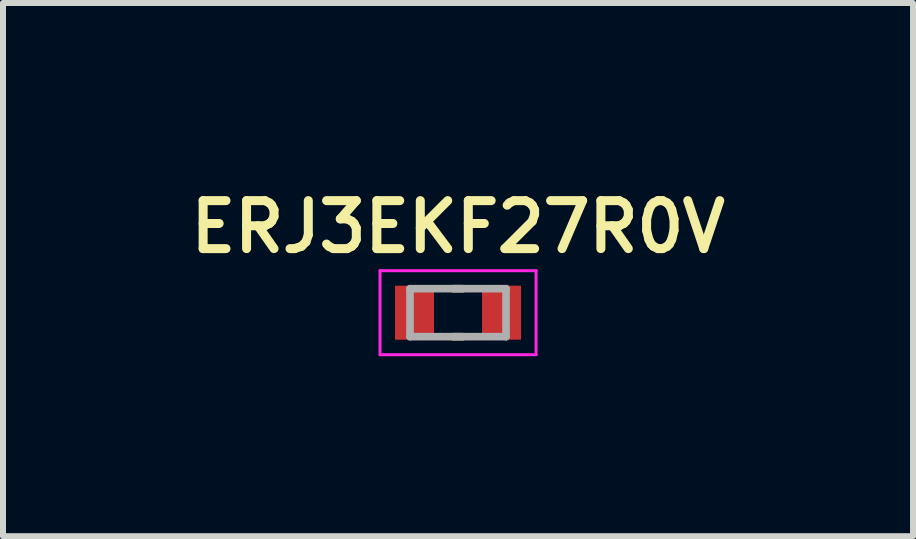
<source format=kicad_pcb>
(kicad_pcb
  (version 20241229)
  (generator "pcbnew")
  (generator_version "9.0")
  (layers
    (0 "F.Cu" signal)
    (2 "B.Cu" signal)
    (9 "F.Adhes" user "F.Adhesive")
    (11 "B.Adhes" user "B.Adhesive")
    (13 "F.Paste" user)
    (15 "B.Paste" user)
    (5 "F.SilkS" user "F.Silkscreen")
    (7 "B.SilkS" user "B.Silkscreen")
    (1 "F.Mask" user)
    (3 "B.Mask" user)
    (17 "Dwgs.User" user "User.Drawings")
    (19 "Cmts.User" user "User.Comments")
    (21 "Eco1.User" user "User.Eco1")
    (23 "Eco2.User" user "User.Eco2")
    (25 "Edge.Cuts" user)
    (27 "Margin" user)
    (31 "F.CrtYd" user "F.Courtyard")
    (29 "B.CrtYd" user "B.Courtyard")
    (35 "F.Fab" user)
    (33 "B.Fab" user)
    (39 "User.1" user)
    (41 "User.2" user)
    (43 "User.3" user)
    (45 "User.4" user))
  (footprint "ERJ3EKF27R0V"
    (layer "F.Cu")
    (at 4.583 2.161)
    (property "Reference" "ERJ3EKF27R0V" (at 0 -1.43 0) (layer "F.SilkS") (effects (font (size 0.8 0.8) (thickness 0.15))))
    (attr smd)
    (fp_line (start -0.08 -0.4) (end 0.08 -0.4) (stroke (width 0.127) (type solid)) (layer "F.SilkS"))
    (fp_line (start -0.08 0.4) (end 0.08 0.4) (stroke (width 0.127) (type solid)) (layer "F.SilkS"))
    (fp_line (start -1.3 -0.7) (end -1.3 0.7) (stroke (width 0.05) (type solid)) (layer "F.CrtYd"))
    (fp_line (start -1.3 0.7) (end 1.3 0.7) (stroke (width 0.05) (type solid)) (layer "F.CrtYd"))
    (fp_line (start 1.3 -0.7) (end -1.3 -0.7) (stroke (width 0.05) (type solid)) (layer "F.CrtYd"))
    (fp_line (start 1.3 0.7) (end 1.3 -0.7) (stroke (width 0.05) (type solid)) (layer "F.CrtYd"))
    (fp_line (start -0.8 -0.4) (end -0.8 0.4) (stroke (width 0.127) (type solid)) (layer "F.Fab"))
    (fp_line (start -0.8 -0.4) (end 0.8 -0.4) (stroke (width 0.127) (type solid)) (layer "F.Fab"))
    (fp_line (start -0.8 0.4) (end 0.8 0.4) (stroke (width 0.127) (type solid)) (layer "F.Fab"))
    (fp_line (start 0.8 -0.4) (end 0.8 0.4) (stroke (width 0.127) (type solid)) (layer "F.Fab"))
    (pad "1" smd rect (at -0.725 0) (size 0.65 0.9) (layers "F.Cu" "F.Mask" "F.Paste"))
    (pad "2" smd rect (at 0.725 0) (size 0.65 0.9) (layers "F.Cu" "F.Mask" "F.Paste")))
  (gr_rect
    (start -3 -3)
    (end 12.166 5.886)
    (stroke (width 0.1) (type default))
    (fill no)
    (layer "Edge.Cuts")))
</source>
